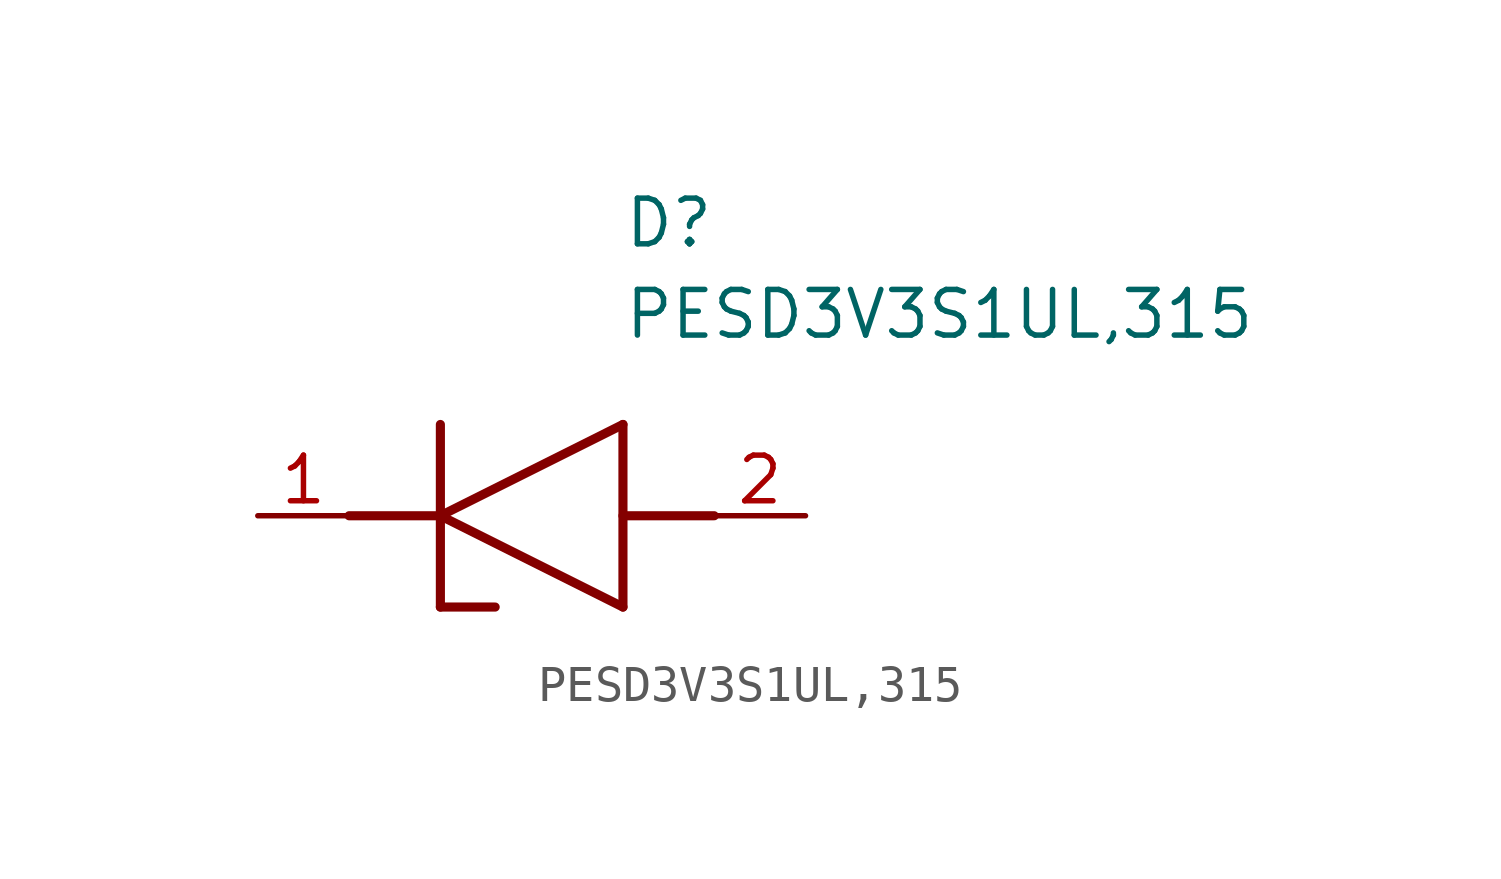
<source format=kicad_sym>
(kicad_symbol_lib
  (version 20211014)
  (generator SamacSys_ECAD_Model)
  (symbol "PESD3V3S1UL,315"
    (pin_names hide)
    (property "Reference" "D"
      (at 10.16 8.89 0)
      (effects (font (size 1.27 1.27)) (justify left top)))
    (property "Value" "PESD3V3S1UL,315"
      (at 10.16 6.35 0)
      (effects (font (size 1.27 1.27)) (justify left top)))
    (polyline
      (pts (xy 5.08 0) (xy 10.16 2.54))
      (stroke (width 0.254) (type default))
      (fill (type none)))
    (polyline
      (pts (xy 10.16 -2.54) (xy 10.16 2.54))
      (stroke (width 0.254) (type default))
      (fill (type none)))
    (polyline
      (pts (xy 10.16 -2.54) (xy 5.08 0))
      (stroke (width 0.254) (type default))
      (fill (type none)))
    (polyline
      (pts (xy 5.08 2.54) (xy 5.08 -2.54))
      (stroke (width 0.254) (type default))
      (fill (type none)))
    (polyline
      (pts (xy 2.54 0) (xy 5.08 0))
      (stroke (width 0.254) (type default))
      (fill (type none)))
    (polyline
      (pts (xy 12.7 0) (xy 10.16 0))
      (stroke (width 0.254) (type default))
      (fill (type none)))
    (polyline
      (pts (xy 5.08 -2.54) (xy 6.604 -2.54))
      (stroke (width 0.254) (type default))
      (fill (type none)))
    (pin passive line
      (at 0 0 0)
      (length 2.54)
      (name "K" (effects (font (size 1.27 1.27))))
      (number "1" (effects (font (size 1.27 1.27)))))
    (pin passive line
      (at 15.24 0 180)
      (length 2.54)
      (name "A" (effects (font (size 1.27 1.27))))
      (number "2" (effects (font (size 1.27 1.27)))))))
</source>
